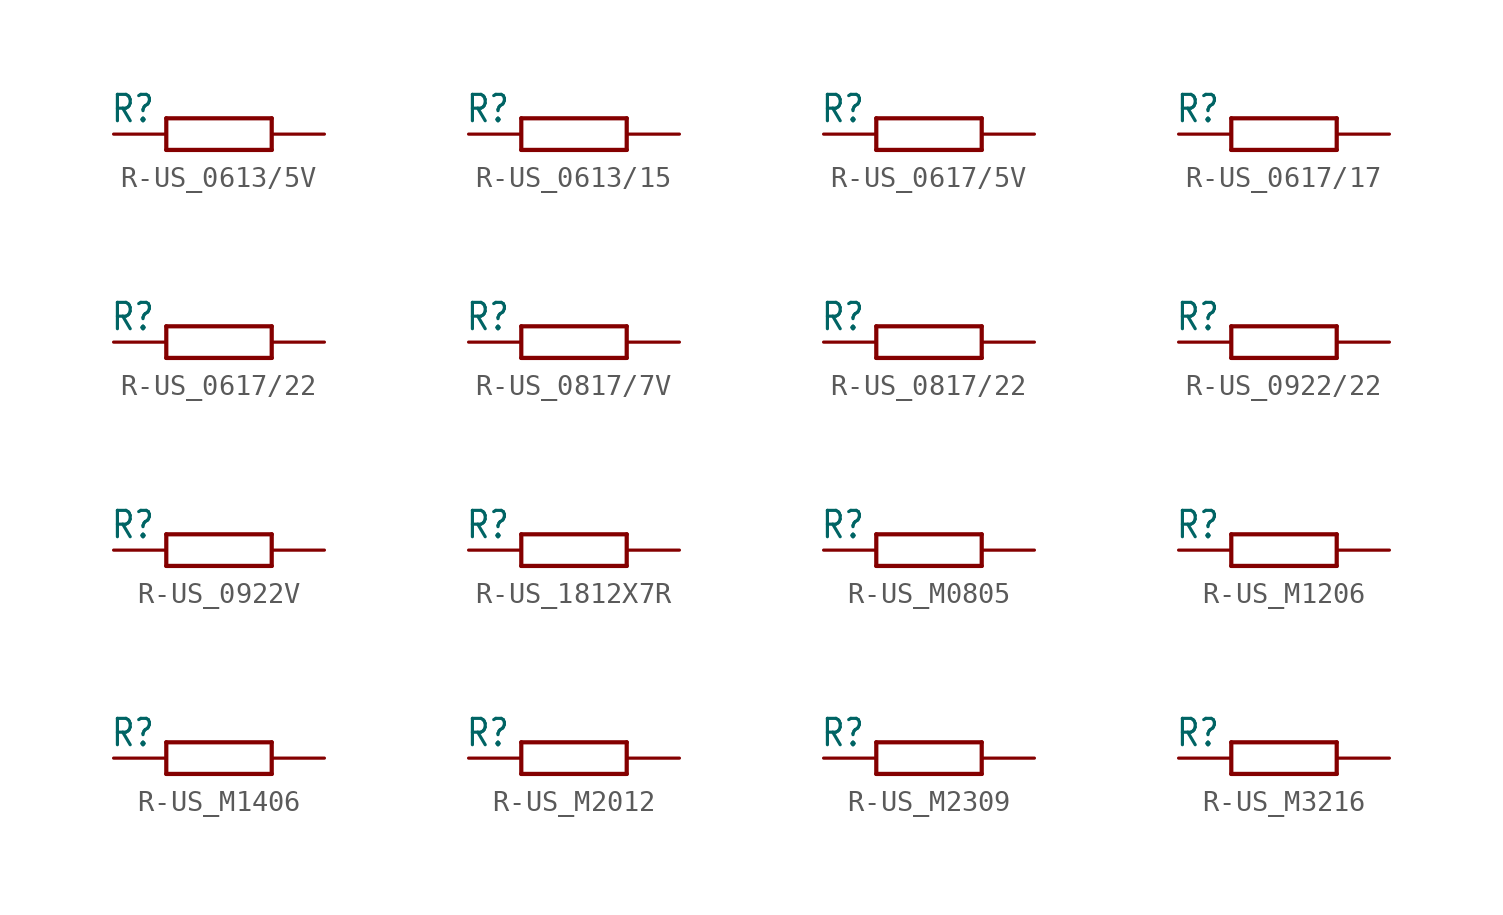
<source format=kicad_sym>
(kicad_symbol_lib
  (version 20231120)
  (generator "kicad_symbol_editor")
  (generator_version "8.99")
  (symbol "R-US_0613/5V"
    (property "Reference" "R"
      (at -3.048 0.483 0)
      (effects (font (size 1.27 1.079)) (justify right bottom)))
    (property "Value" ""
      (at 0 0 0)
      (effects (font (size 1.016 0.864))))
    (property "ki_locked" ""
      (at 0 0 0)
      (effects (font (size 1.27 1.27))))
    (symbol "R-US_0613/5V_1_0"
      (polyline (pts (xy -2.54 -0.762) (xy -2.54 0.762)) (stroke (width 0.203) (type solid)) (fill (type none)))
      (polyline (pts (xy -2.54 0.762) (xy 2.54 0.762)) (stroke (width 0.203) (type solid)) (fill (type none)))
      (polyline (pts (xy 2.54 -0.762) (xy -2.54 -0.762)) (stroke (width 0.203) (type solid)) (fill (type none)))
      (polyline (pts (xy 2.54 0.762) (xy 2.54 -0.762)) (stroke (width 0.203) (type solid)) (fill (type none)))
      (pin passive line (at -5.08 0 0) (length 2.54) (name "1" (effects (font (size 0 0)))) (number "1" (effects (font (size 0 0)))))
      (pin passive line (at 5.08 0 180) (length 2.54) (name "2" (effects (font (size 0 0)))) (number "2" (effects (font (size 0 0)))))))
  (symbol "R-US_0613/15"
    (property "Reference" "R"
      (at -3.048 0.483 0)
      (effects (font (size 1.27 1.079)) (justify right bottom)))
    (property "Value" ""
      (at 0 0 0)
      (effects (font (size 1.016 0.864))))
    (property "ki_locked" ""
      (at 0 0 0)
      (effects (font (size 1.27 1.27))))
    (symbol "R-US_0613/15_1_0"
      (polyline (pts (xy -2.54 -0.762) (xy -2.54 0.762)) (stroke (width 0.203) (type solid)) (fill (type none)))
      (polyline (pts (xy -2.54 0.762) (xy 2.54 0.762)) (stroke (width 0.203) (type solid)) (fill (type none)))
      (polyline (pts (xy 2.54 -0.762) (xy -2.54 -0.762)) (stroke (width 0.203) (type solid)) (fill (type none)))
      (polyline (pts (xy 2.54 0.762) (xy 2.54 -0.762)) (stroke (width 0.203) (type solid)) (fill (type none)))
      (pin passive line (at -5.08 0 0) (length 2.54) (name "1" (effects (font (size 0 0)))) (number "1" (effects (font (size 0 0)))))
      (pin passive line (at 5.08 0 180) (length 2.54) (name "2" (effects (font (size 0 0)))) (number "2" (effects (font (size 0 0)))))))
  (symbol "R-US_0617/5V"
    (property "Reference" "R"
      (at -3.048 0.483 0)
      (effects (font (size 1.27 1.079)) (justify right bottom)))
    (property "Value" ""
      (at 0 0 0)
      (effects (font (size 1.016 0.864))))
    (property "ki_locked" ""
      (at 0 0 0)
      (effects (font (size 1.27 1.27))))
    (symbol "R-US_0617/5V_1_0"
      (polyline (pts (xy -2.54 -0.762) (xy -2.54 0.762)) (stroke (width 0.203) (type solid)) (fill (type none)))
      (polyline (pts (xy -2.54 0.762) (xy 2.54 0.762)) (stroke (width 0.203) (type solid)) (fill (type none)))
      (polyline (pts (xy 2.54 -0.762) (xy -2.54 -0.762)) (stroke (width 0.203) (type solid)) (fill (type none)))
      (polyline (pts (xy 2.54 0.762) (xy 2.54 -0.762)) (stroke (width 0.203) (type solid)) (fill (type none)))
      (pin passive line (at -5.08 0 0) (length 2.54) (name "1" (effects (font (size 0 0)))) (number "1" (effects (font (size 0 0)))))
      (pin passive line (at 5.08 0 180) (length 2.54) (name "2" (effects (font (size 0 0)))) (number "2" (effects (font (size 0 0)))))))
  (symbol "R-US_0617/17"
    (property "Reference" "R"
      (at -3.048 0.483 0)
      (effects (font (size 1.27 1.079)) (justify right bottom)))
    (property "Value" ""
      (at 0 0 0)
      (effects (font (size 1.016 0.864))))
    (property "ki_locked" ""
      (at 0 0 0)
      (effects (font (size 1.27 1.27))))
    (symbol "R-US_0617/17_1_0"
      (polyline (pts (xy -2.54 -0.762) (xy -2.54 0.762)) (stroke (width 0.203) (type solid)) (fill (type none)))
      (polyline (pts (xy -2.54 0.762) (xy 2.54 0.762)) (stroke (width 0.203) (type solid)) (fill (type none)))
      (polyline (pts (xy 2.54 -0.762) (xy -2.54 -0.762)) (stroke (width 0.203) (type solid)) (fill (type none)))
      (polyline (pts (xy 2.54 0.762) (xy 2.54 -0.762)) (stroke (width 0.203) (type solid)) (fill (type none)))
      (pin passive line (at -5.08 0 0) (length 2.54) (name "1" (effects (font (size 0 0)))) (number "1" (effects (font (size 0 0)))))
      (pin passive line (at 5.08 0 180) (length 2.54) (name "2" (effects (font (size 0 0)))) (number "2" (effects (font (size 0 0)))))))
  (symbol "R-US_0617/22"
    (property "Reference" "R"
      (at -3.048 0.483 0)
      (effects (font (size 1.27 1.079)) (justify right bottom)))
    (property "Value" ""
      (at 0 0 0)
      (effects (font (size 1.016 0.864))))
    (property "ki_locked" ""
      (at 0 0 0)
      (effects (font (size 1.27 1.27))))
    (symbol "R-US_0617/22_1_0"
      (polyline (pts (xy -2.54 -0.762) (xy -2.54 0.762)) (stroke (width 0.203) (type solid)) (fill (type none)))
      (polyline (pts (xy -2.54 0.762) (xy 2.54 0.762)) (stroke (width 0.203) (type solid)) (fill (type none)))
      (polyline (pts (xy 2.54 -0.762) (xy -2.54 -0.762)) (stroke (width 0.203) (type solid)) (fill (type none)))
      (polyline (pts (xy 2.54 0.762) (xy 2.54 -0.762)) (stroke (width 0.203) (type solid)) (fill (type none)))
      (pin passive line (at -5.08 0 0) (length 2.54) (name "1" (effects (font (size 0 0)))) (number "1" (effects (font (size 0 0)))))
      (pin passive line (at 5.08 0 180) (length 2.54) (name "2" (effects (font (size 0 0)))) (number "2" (effects (font (size 0 0)))))))
  (symbol "R-US_0817/7V"
    (property "Reference" "R"
      (at -3.048 0.483 0)
      (effects (font (size 1.27 1.079)) (justify right bottom)))
    (property "Value" ""
      (at 0 0 0)
      (effects (font (size 1.016 0.864))))
    (property "ki_locked" ""
      (at 0 0 0)
      (effects (font (size 1.27 1.27))))
    (symbol "R-US_0817/7V_1_0"
      (polyline (pts (xy -2.54 -0.762) (xy -2.54 0.762)) (stroke (width 0.203) (type solid)) (fill (type none)))
      (polyline (pts (xy -2.54 0.762) (xy 2.54 0.762)) (stroke (width 0.203) (type solid)) (fill (type none)))
      (polyline (pts (xy 2.54 -0.762) (xy -2.54 -0.762)) (stroke (width 0.203) (type solid)) (fill (type none)))
      (polyline (pts (xy 2.54 0.762) (xy 2.54 -0.762)) (stroke (width 0.203) (type solid)) (fill (type none)))
      (pin passive line (at -5.08 0 0) (length 2.54) (name "1" (effects (font (size 0 0)))) (number "1" (effects (font (size 0 0)))))
      (pin passive line (at 5.08 0 180) (length 2.54) (name "2" (effects (font (size 0 0)))) (number "2" (effects (font (size 0 0)))))))
  (symbol "R-US_0817/22"
    (property "Reference" "R"
      (at -3.048 0.483 0)
      (effects (font (size 1.27 1.079)) (justify right bottom)))
    (property "Value" ""
      (at 0 0 0)
      (effects (font (size 1.016 0.864))))
    (property "ki_locked" ""
      (at 0 0 0)
      (effects (font (size 1.27 1.27))))
    (symbol "R-US_0817/22_1_0"
      (polyline (pts (xy -2.54 -0.762) (xy -2.54 0.762)) (stroke (width 0.203) (type solid)) (fill (type none)))
      (polyline (pts (xy -2.54 0.762) (xy 2.54 0.762)) (stroke (width 0.203) (type solid)) (fill (type none)))
      (polyline (pts (xy 2.54 -0.762) (xy -2.54 -0.762)) (stroke (width 0.203) (type solid)) (fill (type none)))
      (polyline (pts (xy 2.54 0.762) (xy 2.54 -0.762)) (stroke (width 0.203) (type solid)) (fill (type none)))
      (pin passive line (at -5.08 0 0) (length 2.54) (name "1" (effects (font (size 0 0)))) (number "1" (effects (font (size 0 0)))))
      (pin passive line (at 5.08 0 180) (length 2.54) (name "2" (effects (font (size 0 0)))) (number "2" (effects (font (size 0 0)))))))
  (symbol "R-US_0922/22"
    (property "Reference" "R"
      (at -3.048 0.483 0)
      (effects (font (size 1.27 1.079)) (justify right bottom)))
    (property "Value" ""
      (at 0 0 0)
      (effects (font (size 1.016 0.864))))
    (property "ki_locked" ""
      (at 0 0 0)
      (effects (font (size 1.27 1.27))))
    (symbol "R-US_0922/22_1_0"
      (polyline (pts (xy -2.54 -0.762) (xy -2.54 0.762)) (stroke (width 0.203) (type solid)) (fill (type none)))
      (polyline (pts (xy -2.54 0.762) (xy 2.54 0.762)) (stroke (width 0.203) (type solid)) (fill (type none)))
      (polyline (pts (xy 2.54 -0.762) (xy -2.54 -0.762)) (stroke (width 0.203) (type solid)) (fill (type none)))
      (polyline (pts (xy 2.54 0.762) (xy 2.54 -0.762)) (stroke (width 0.203) (type solid)) (fill (type none)))
      (pin passive line (at -5.08 0 0) (length 2.54) (name "1" (effects (font (size 0 0)))) (number "1" (effects (font (size 0 0)))))
      (pin passive line (at 5.08 0 180) (length 2.54) (name "2" (effects (font (size 0 0)))) (number "2" (effects (font (size 0 0)))))))
  (symbol "R-US_0922V"
    (property "Reference" "R"
      (at -3.048 0.483 0)
      (effects (font (size 1.27 1.079)) (justify right bottom)))
    (property "Value" ""
      (at 0 0 0)
      (effects (font (size 1.016 0.864))))
    (property "ki_locked" ""
      (at 0 0 0)
      (effects (font (size 1.27 1.27))))
    (symbol "R-US_0922V_1_0"
      (polyline (pts (xy -2.54 -0.762) (xy -2.54 0.762)) (stroke (width 0.203) (type solid)) (fill (type none)))
      (polyline (pts (xy -2.54 0.762) (xy 2.54 0.762)) (stroke (width 0.203) (type solid)) (fill (type none)))
      (polyline (pts (xy 2.54 -0.762) (xy -2.54 -0.762)) (stroke (width 0.203) (type solid)) (fill (type none)))
      (polyline (pts (xy 2.54 0.762) (xy 2.54 -0.762)) (stroke (width 0.203) (type solid)) (fill (type none)))
      (pin passive line (at -5.08 0 0) (length 2.54) (name "1" (effects (font (size 0 0)))) (number "1" (effects (font (size 0 0)))))
      (pin passive line (at 5.08 0 180) (length 2.54) (name "2" (effects (font (size 0 0)))) (number "2" (effects (font (size 0 0)))))))
  (symbol "R-US_1812X7R"
    (property "Reference" "R"
      (at -3.048 0.483 0)
      (effects (font (size 1.27 1.079)) (justify right bottom)))
    (property "Value" ""
      (at 0 0 0)
      (effects (font (size 1.016 0.864))))
    (property "ki_locked" ""
      (at 0 0 0)
      (effects (font (size 1.27 1.27))))
    (symbol "R-US_1812X7R_1_0"
      (polyline (pts (xy -2.54 -0.762) (xy -2.54 0.762)) (stroke (width 0.203) (type solid)) (fill (type none)))
      (polyline (pts (xy -2.54 0.762) (xy 2.54 0.762)) (stroke (width 0.203) (type solid)) (fill (type none)))
      (polyline (pts (xy 2.54 -0.762) (xy -2.54 -0.762)) (stroke (width 0.203) (type solid)) (fill (type none)))
      (polyline (pts (xy 2.54 0.762) (xy 2.54 -0.762)) (stroke (width 0.203) (type solid)) (fill (type none)))
      (pin passive line (at -5.08 0 0) (length 2.54) (name "1" (effects (font (size 0 0)))) (number "1" (effects (font (size 0 0)))))
      (pin passive line (at 5.08 0 180) (length 2.54) (name "2" (effects (font (size 0 0)))) (number "2" (effects (font (size 0 0)))))))
  (symbol "R-US_M0805"
    (property "Reference" "R"
      (at -3.048 0.483 0)
      (effects (font (size 1.27 1.079)) (justify right bottom)))
    (property "Value" ""
      (at 0 0 0)
      (effects (font (size 1.016 0.864))))
    (property "ki_locked" ""
      (at 0 0 0)
      (effects (font (size 1.27 1.27))))
    (symbol "R-US_M0805_1_0"
      (polyline (pts (xy -2.54 -0.762) (xy -2.54 0.762)) (stroke (width 0.203) (type solid)) (fill (type none)))
      (polyline (pts (xy -2.54 0.762) (xy 2.54 0.762)) (stroke (width 0.203) (type solid)) (fill (type none)))
      (polyline (pts (xy 2.54 -0.762) (xy -2.54 -0.762)) (stroke (width 0.203) (type solid)) (fill (type none)))
      (polyline (pts (xy 2.54 0.762) (xy 2.54 -0.762)) (stroke (width 0.203) (type solid)) (fill (type none)))
      (pin passive line (at -5.08 0 0) (length 2.54) (name "1" (effects (font (size 0 0)))) (number "1" (effects (font (size 0 0)))))
      (pin passive line (at 5.08 0 180) (length 2.54) (name "2" (effects (font (size 0 0)))) (number "2" (effects (font (size 0 0)))))))
  (symbol "R-US_M1206"
    (property "Reference" "R"
      (at -3.048 0.483 0)
      (effects (font (size 1.27 1.079)) (justify right bottom)))
    (property "Value" ""
      (at 0 0 0)
      (effects (font (size 1.016 0.864))))
    (property "ki_locked" ""
      (at 0 0 0)
      (effects (font (size 1.27 1.27))))
    (symbol "R-US_M1206_1_0"
      (polyline (pts (xy -2.54 -0.762) (xy -2.54 0.762)) (stroke (width 0.203) (type solid)) (fill (type none)))
      (polyline (pts (xy -2.54 0.762) (xy 2.54 0.762)) (stroke (width 0.203) (type solid)) (fill (type none)))
      (polyline (pts (xy 2.54 -0.762) (xy -2.54 -0.762)) (stroke (width 0.203) (type solid)) (fill (type none)))
      (polyline (pts (xy 2.54 0.762) (xy 2.54 -0.762)) (stroke (width 0.203) (type solid)) (fill (type none)))
      (pin passive line (at -5.08 0 0) (length 2.54) (name "1" (effects (font (size 0 0)))) (number "1" (effects (font (size 0 0)))))
      (pin passive line (at 5.08 0 180) (length 2.54) (name "2" (effects (font (size 0 0)))) (number "2" (effects (font (size 0 0)))))))
  (symbol "R-US_M1406"
    (property "Reference" "R"
      (at -3.048 0.483 0)
      (effects (font (size 1.27 1.079)) (justify right bottom)))
    (property "Value" ""
      (at 0 0 0)
      (effects (font (size 1.016 0.864))))
    (property "ki_locked" ""
      (at 0 0 0)
      (effects (font (size 1.27 1.27))))
    (symbol "R-US_M1406_1_0"
      (polyline (pts (xy -2.54 -0.762) (xy -2.54 0.762)) (stroke (width 0.203) (type solid)) (fill (type none)))
      (polyline (pts (xy -2.54 0.762) (xy 2.54 0.762)) (stroke (width 0.203) (type solid)) (fill (type none)))
      (polyline (pts (xy 2.54 -0.762) (xy -2.54 -0.762)) (stroke (width 0.203) (type solid)) (fill (type none)))
      (polyline (pts (xy 2.54 0.762) (xy 2.54 -0.762)) (stroke (width 0.203) (type solid)) (fill (type none)))
      (pin passive line (at -5.08 0 0) (length 2.54) (name "1" (effects (font (size 0 0)))) (number "1" (effects (font (size 0 0)))))
      (pin passive line (at 5.08 0 180) (length 2.54) (name "2" (effects (font (size 0 0)))) (number "2" (effects (font (size 0 0)))))))
  (symbol "R-US_M2012"
    (property "Reference" "R"
      (at -3.048 0.483 0)
      (effects (font (size 1.27 1.079)) (justify right bottom)))
    (property "Value" ""
      (at 0 0 0)
      (effects (font (size 1.016 0.864))))
    (property "ki_locked" ""
      (at 0 0 0)
      (effects (font (size 1.27 1.27))))
    (symbol "R-US_M2012_1_0"
      (polyline (pts (xy -2.54 -0.762) (xy -2.54 0.762)) (stroke (width 0.203) (type solid)) (fill (type none)))
      (polyline (pts (xy -2.54 0.762) (xy 2.54 0.762)) (stroke (width 0.203) (type solid)) (fill (type none)))
      (polyline (pts (xy 2.54 -0.762) (xy -2.54 -0.762)) (stroke (width 0.203) (type solid)) (fill (type none)))
      (polyline (pts (xy 2.54 0.762) (xy 2.54 -0.762)) (stroke (width 0.203) (type solid)) (fill (type none)))
      (pin passive line (at -5.08 0 0) (length 2.54) (name "1" (effects (font (size 0 0)))) (number "1" (effects (font (size 0 0)))))
      (pin passive line (at 5.08 0 180) (length 2.54) (name "2" (effects (font (size 0 0)))) (number "2" (effects (font (size 0 0)))))))
  (symbol "R-US_M2309"
    (property "Reference" "R"
      (at -3.048 0.483 0)
      (effects (font (size 1.27 1.079)) (justify right bottom)))
    (property "Value" ""
      (at 0 0 0)
      (effects (font (size 1.016 0.864))))
    (property "ki_locked" ""
      (at 0 0 0)
      (effects (font (size 1.27 1.27))))
    (symbol "R-US_M2309_1_0"
      (polyline (pts (xy -2.54 -0.762) (xy -2.54 0.762)) (stroke (width 0.203) (type solid)) (fill (type none)))
      (polyline (pts (xy -2.54 0.762) (xy 2.54 0.762)) (stroke (width 0.203) (type solid)) (fill (type none)))
      (polyline (pts (xy 2.54 -0.762) (xy -2.54 -0.762)) (stroke (width 0.203) (type solid)) (fill (type none)))
      (polyline (pts (xy 2.54 0.762) (xy 2.54 -0.762)) (stroke (width 0.203) (type solid)) (fill (type none)))
      (pin passive line (at -5.08 0 0) (length 2.54) (name "1" (effects (font (size 0 0)))) (number "1" (effects (font (size 0 0)))))
      (pin passive line (at 5.08 0 180) (length 2.54) (name "2" (effects (font (size 0 0)))) (number "2" (effects (font (size 0 0)))))))
  (symbol "R-US_M3216"
    (property "Reference" "R"
      (at -3.048 0.483 0)
      (effects (font (size 1.27 1.079)) (justify right bottom)))
    (property "Value" ""
      (at 0 0 0)
      (effects (font (size 1.016 0.864))))
    (property "ki_locked" ""
      (at 0 0 0)
      (effects (font (size 1.27 1.27))))
    (symbol "R-US_M3216_1_0"
      (polyline (pts (xy -2.54 -0.762) (xy -2.54 0.762)) (stroke (width 0.203) (type solid)) (fill (type none)))
      (polyline (pts (xy -2.54 0.762) (xy 2.54 0.762)) (stroke (width 0.203) (type solid)) (fill (type none)))
      (polyline (pts (xy 2.54 -0.762) (xy -2.54 -0.762)) (stroke (width 0.203) (type solid)) (fill (type none)))
      (polyline (pts (xy 2.54 0.762) (xy 2.54 -0.762)) (stroke (width 0.203) (type solid)) (fill (type none)))
      (pin passive line (at -5.08 0 0) (length 2.54) (name "1" (effects (font (size 0 0)))) (number "1" (effects (font (size 0 0)))))
      (pin passive line (at 5.08 0 180) (length 2.54) (name "2" (effects (font (size 0 0)))) (number "2" (effects (font (size 0 0))))))))
</source>
